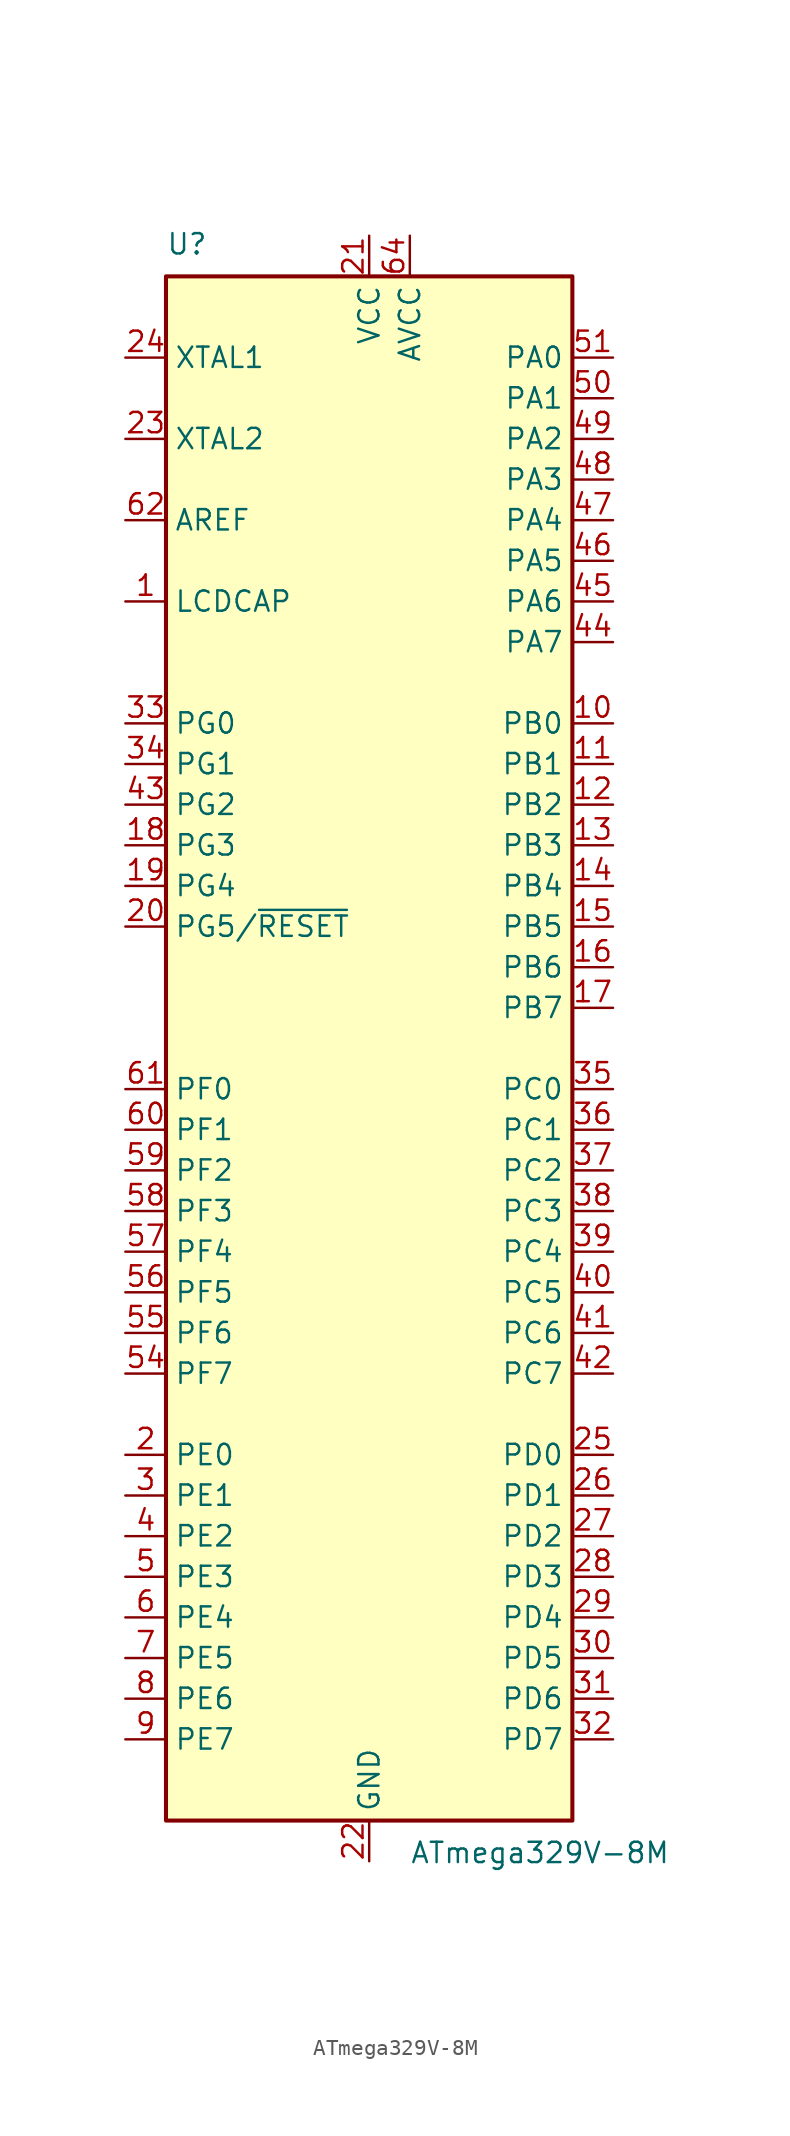
<source format=kicad_sym>
(kicad_symbol_lib
  (version 20201005)
  (generator kicad_symbol_editor)
  (symbol "ATmega329V-8M"
    (property "Reference" "U"
      (at -12.7 49.53 0)
      (effects (font (size 1.27 1.27)) (justify left bottom)))
    (property "Value" "ATmega329V-8M"
      (at 2.54 -49.53 0)
      (effects (font (size 1.27 1.27)) (justify left top)))
    (symbol "ATmega329V-8M_0_1"
      (rectangle (start -12.7 -48.26) (end 12.7 48.26) (stroke (width 0.254)) (fill (type background))))
    (symbol "ATmega329V-8M_1_1"
      (pin passive line (at -15.24 27.94 0) (length 2.54) (name "LCDCAP" (effects (font (size 1.27 1.27)))) (number "1" (effects (font (size 1.27 1.27)))))
      (pin bidirectional line (at 15.24 20.32 180) (length 2.54) (name "PB0" (effects (font (size 1.27 1.27)))) (number "10" (effects (font (size 1.27 1.27)))))
      (pin bidirectional line (at 15.24 17.78 180) (length 2.54) (name "PB1" (effects (font (size 1.27 1.27)))) (number "11" (effects (font (size 1.27 1.27)))))
      (pin bidirectional line (at 15.24 15.24 180) (length 2.54) (name "PB2" (effects (font (size 1.27 1.27)))) (number "12" (effects (font (size 1.27 1.27)))))
      (pin bidirectional line (at 15.24 12.7 180) (length 2.54) (name "PB3" (effects (font (size 1.27 1.27)))) (number "13" (effects (font (size 1.27 1.27)))))
      (pin bidirectional line (at 15.24 10.16 180) (length 2.54) (name "PB4" (effects (font (size 1.27 1.27)))) (number "14" (effects (font (size 1.27 1.27)))))
      (pin bidirectional line (at 15.24 7.62 180) (length 2.54) (name "PB5" (effects (font (size 1.27 1.27)))) (number "15" (effects (font (size 1.27 1.27)))))
      (pin bidirectional line (at 15.24 5.08 180) (length 2.54) (name "PB6" (effects (font (size 1.27 1.27)))) (number "16" (effects (font (size 1.27 1.27)))))
      (pin bidirectional line (at 15.24 2.54 180) (length 2.54) (name "PB7" (effects (font (size 1.27 1.27)))) (number "17" (effects (font (size 1.27 1.27)))))
      (pin bidirectional line (at -15.24 12.7 0) (length 2.54) (name "PG3" (effects (font (size 1.27 1.27)))) (number "18" (effects (font (size 1.27 1.27)))))
      (pin bidirectional line (at -15.24 10.16 0) (length 2.54) (name "PG4" (effects (font (size 1.27 1.27)))) (number "19" (effects (font (size 1.27 1.27)))))
      (pin bidirectional line (at -15.24 -25.4 0) (length 2.54) (name "PE0" (effects (font (size 1.27 1.27)))) (number "2" (effects (font (size 1.27 1.27)))))
      (pin bidirectional line (at -15.24 7.62 0) (length 2.54) (name "PG5/~RESET" (effects (font (size 1.27 1.27)))) (number "20" (effects (font (size 1.27 1.27)))))
      (pin power_in line (at 0 50.8 270) (length 2.54) (name "VCC" (effects (font (size 1.27 1.27)))) (number "21" (effects (font (size 1.27 1.27)))))
      (pin power_in line (at 0 -50.8 90) (length 2.54) (name "GND" (effects (font (size 1.27 1.27)))) (number "22" (effects (font (size 1.27 1.27)))))
      (pin output line (at -15.24 38.1 0) (length 2.54) (name "XTAL2" (effects (font (size 1.27 1.27)))) (number "23" (effects (font (size 1.27 1.27)))))
      (pin input line (at -15.24 43.18 0) (length 2.54) (name "XTAL1" (effects (font (size 1.27 1.27)))) (number "24" (effects (font (size 1.27 1.27)))))
      (pin bidirectional line (at 15.24 -25.4 180) (length 2.54) (name "PD0" (effects (font (size 1.27 1.27)))) (number "25" (effects (font (size 1.27 1.27)))))
      (pin bidirectional line (at 15.24 -27.94 180) (length 2.54) (name "PD1" (effects (font (size 1.27 1.27)))) (number "26" (effects (font (size 1.27 1.27)))))
      (pin bidirectional line (at 15.24 -30.48 180) (length 2.54) (name "PD2" (effects (font (size 1.27 1.27)))) (number "27" (effects (font (size 1.27 1.27)))))
      (pin bidirectional line (at 15.24 -33.02 180) (length 2.54) (name "PD3" (effects (font (size 1.27 1.27)))) (number "28" (effects (font (size 1.27 1.27)))))
      (pin bidirectional line (at 15.24 -35.56 180) (length 2.54) (name "PD4" (effects (font (size 1.27 1.27)))) (number "29" (effects (font (size 1.27 1.27)))))
      (pin bidirectional line (at -15.24 -27.94 0) (length 2.54) (name "PE1" (effects (font (size 1.27 1.27)))) (number "3" (effects (font (size 1.27 1.27)))))
      (pin bidirectional line (at 15.24 -38.1 180) (length 2.54) (name "PD5" (effects (font (size 1.27 1.27)))) (number "30" (effects (font (size 1.27 1.27)))))
      (pin bidirectional line (at 15.24 -40.64 180) (length 2.54) (name "PD6" (effects (font (size 1.27 1.27)))) (number "31" (effects (font (size 1.27 1.27)))))
      (pin bidirectional line (at 15.24 -43.18 180) (length 2.54) (name "PD7" (effects (font (size 1.27 1.27)))) (number "32" (effects (font (size 1.27 1.27)))))
      (pin bidirectional line (at -15.24 20.32 0) (length 2.54) (name "PG0" (effects (font (size 1.27 1.27)))) (number "33" (effects (font (size 1.27 1.27)))))
      (pin bidirectional line (at -15.24 17.78 0) (length 2.54) (name "PG1" (effects (font (size 1.27 1.27)))) (number "34" (effects (font (size 1.27 1.27)))))
      (pin bidirectional line (at 15.24 -2.54 180) (length 2.54) (name "PC0" (effects (font (size 1.27 1.27)))) (number "35" (effects (font (size 1.27 1.27)))))
      (pin bidirectional line (at 15.24 -5.08 180) (length 2.54) (name "PC1" (effects (font (size 1.27 1.27)))) (number "36" (effects (font (size 1.27 1.27)))))
      (pin bidirectional line (at 15.24 -7.62 180) (length 2.54) (name "PC2" (effects (font (size 1.27 1.27)))) (number "37" (effects (font (size 1.27 1.27)))))
      (pin bidirectional line (at 15.24 -10.16 180) (length 2.54) (name "PC3" (effects (font (size 1.27 1.27)))) (number "38" (effects (font (size 1.27 1.27)))))
      (pin bidirectional line (at 15.24 -12.7 180) (length 2.54) (name "PC4" (effects (font (size 1.27 1.27)))) (number "39" (effects (font (size 1.27 1.27)))))
      (pin bidirectional line (at -15.24 -30.48 0) (length 2.54) (name "PE2" (effects (font (size 1.27 1.27)))) (number "4" (effects (font (size 1.27 1.27)))))
      (pin bidirectional line (at 15.24 -15.24 180) (length 2.54) (name "PC5" (effects (font (size 1.27 1.27)))) (number "40" (effects (font (size 1.27 1.27)))))
      (pin bidirectional line (at 15.24 -17.78 180) (length 2.54) (name "PC6" (effects (font (size 1.27 1.27)))) (number "41" (effects (font (size 1.27 1.27)))))
      (pin bidirectional line (at 15.24 -20.32 180) (length 2.54) (name "PC7" (effects (font (size 1.27 1.27)))) (number "42" (effects (font (size 1.27 1.27)))))
      (pin bidirectional line (at -15.24 15.24 0) (length 2.54) (name "PG2" (effects (font (size 1.27 1.27)))) (number "43" (effects (font (size 1.27 1.27)))))
      (pin bidirectional line (at 15.24 25.4 180) (length 2.54) (name "PA7" (effects (font (size 1.27 1.27)))) (number "44" (effects (font (size 1.27 1.27)))))
      (pin bidirectional line (at 15.24 27.94 180) (length 2.54) (name "PA6" (effects (font (size 1.27 1.27)))) (number "45" (effects (font (size 1.27 1.27)))))
      (pin bidirectional line (at 15.24 30.48 180) (length 2.54) (name "PA5" (effects (font (size 1.27 1.27)))) (number "46" (effects (font (size 1.27 1.27)))))
      (pin bidirectional line (at 15.24 33.02 180) (length 2.54) (name "PA4" (effects (font (size 1.27 1.27)))) (number "47" (effects (font (size 1.27 1.27)))))
      (pin bidirectional line (at 15.24 35.56 180) (length 2.54) (name "PA3" (effects (font (size 1.27 1.27)))) (number "48" (effects (font (size 1.27 1.27)))))
      (pin bidirectional line (at 15.24 38.1 180) (length 2.54) (name "PA2" (effects (font (size 1.27 1.27)))) (number "49" (effects (font (size 1.27 1.27)))))
      (pin bidirectional line (at -15.24 -33.02 0) (length 2.54) (name "PE3" (effects (font (size 1.27 1.27)))) (number "5" (effects (font (size 1.27 1.27)))))
      (pin bidirectional line (at 15.24 40.64 180) (length 2.54) (name "PA1" (effects (font (size 1.27 1.27)))) (number "50" (effects (font (size 1.27 1.27)))))
      (pin bidirectional line (at 15.24 43.18 180) (length 2.54) (name "PA0" (effects (font (size 1.27 1.27)))) (number "51" (effects (font (size 1.27 1.27)))))
      (pin passive line (at 0 50.8 270) (length 2.54) hide (name "VCC" (effects (font (size 1.27 1.27)))) (number "52" (effects (font (size 1.27 1.27)))))
      (pin passive line (at 0 -50.8 90) (length 2.54) hide (name "GND" (effects (font (size 1.27 1.27)))) (number "53" (effects (font (size 1.27 1.27)))))
      (pin bidirectional line (at -15.24 -20.32 0) (length 2.54) (name "PF7" (effects (font (size 1.27 1.27)))) (number "54" (effects (font (size 1.27 1.27)))))
      (pin bidirectional line (at -15.24 -17.78 0) (length 2.54) (name "PF6" (effects (font (size 1.27 1.27)))) (number "55" (effects (font (size 1.27 1.27)))))
      (pin bidirectional line (at -15.24 -15.24 0) (length 2.54) (name "PF5" (effects (font (size 1.27 1.27)))) (number "56" (effects (font (size 1.27 1.27)))))
      (pin bidirectional line (at -15.24 -12.7 0) (length 2.54) (name "PF4" (effects (font (size 1.27 1.27)))) (number "57" (effects (font (size 1.27 1.27)))))
      (pin bidirectional line (at -15.24 -10.16 0) (length 2.54) (name "PF3" (effects (font (size 1.27 1.27)))) (number "58" (effects (font (size 1.27 1.27)))))
      (pin bidirectional line (at -15.24 -7.62 0) (length 2.54) (name "PF2" (effects (font (size 1.27 1.27)))) (number "59" (effects (font (size 1.27 1.27)))))
      (pin bidirectional line (at -15.24 -35.56 0) (length 2.54) (name "PE4" (effects (font (size 1.27 1.27)))) (number "6" (effects (font (size 1.27 1.27)))))
      (pin bidirectional line (at -15.24 -5.08 0) (length 2.54) (name "PF1" (effects (font (size 1.27 1.27)))) (number "60" (effects (font (size 1.27 1.27)))))
      (pin bidirectional line (at -15.24 -2.54 0) (length 2.54) (name "PF0" (effects (font (size 1.27 1.27)))) (number "61" (effects (font (size 1.27 1.27)))))
      (pin passive line (at -15.24 33.02 0) (length 2.54) (name "AREF" (effects (font (size 1.27 1.27)))) (number "62" (effects (font (size 1.27 1.27)))))
      (pin passive line (at 0 -50.8 90) (length 2.54) hide (name "GND" (effects (font (size 1.27 1.27)))) (number "63" (effects (font (size 1.27 1.27)))))
      (pin power_in line (at 2.54 50.8 270) (length 2.54) (name "AVCC" (effects (font (size 1.27 1.27)))) (number "64" (effects (font (size 1.27 1.27)))))
      (pin passive line (at 0 -50.8 90) (length 2.54) hide (name "GND" (effects (font (size 1.27 1.27)))) (number "65" (effects (font (size 1.27 1.27)))))
      (pin bidirectional line (at -15.24 -38.1 0) (length 2.54) (name "PE5" (effects (font (size 1.27 1.27)))) (number "7" (effects (font (size 1.27 1.27)))))
      (pin bidirectional line (at -15.24 -40.64 0) (length 2.54) (name "PE6" (effects (font (size 1.27 1.27)))) (number "8" (effects (font (size 1.27 1.27)))))
      (pin bidirectional line (at -15.24 -43.18 0) (length 2.54) (name "PE7" (effects (font (size 1.27 1.27)))) (number "9" (effects (font (size 1.27 1.27))))))))
</source>
